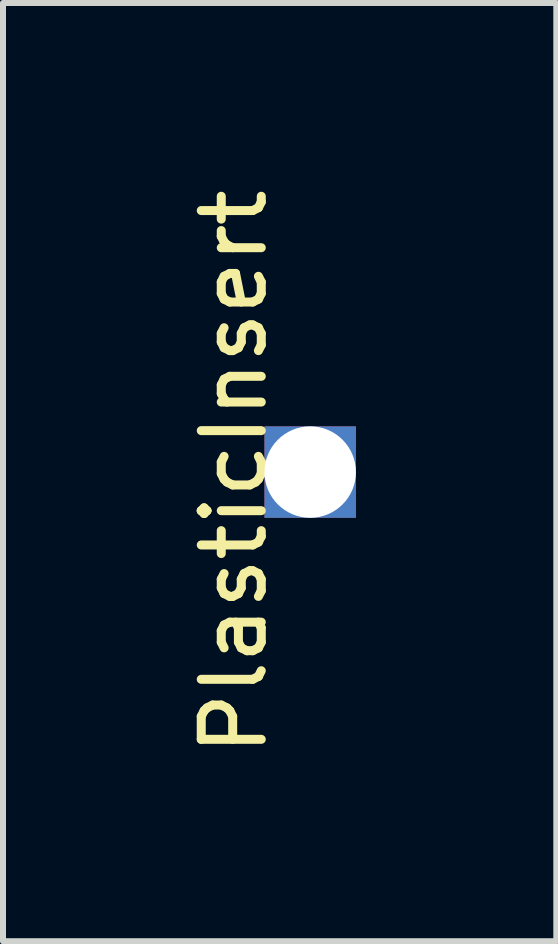
<source format=kicad_pcb>
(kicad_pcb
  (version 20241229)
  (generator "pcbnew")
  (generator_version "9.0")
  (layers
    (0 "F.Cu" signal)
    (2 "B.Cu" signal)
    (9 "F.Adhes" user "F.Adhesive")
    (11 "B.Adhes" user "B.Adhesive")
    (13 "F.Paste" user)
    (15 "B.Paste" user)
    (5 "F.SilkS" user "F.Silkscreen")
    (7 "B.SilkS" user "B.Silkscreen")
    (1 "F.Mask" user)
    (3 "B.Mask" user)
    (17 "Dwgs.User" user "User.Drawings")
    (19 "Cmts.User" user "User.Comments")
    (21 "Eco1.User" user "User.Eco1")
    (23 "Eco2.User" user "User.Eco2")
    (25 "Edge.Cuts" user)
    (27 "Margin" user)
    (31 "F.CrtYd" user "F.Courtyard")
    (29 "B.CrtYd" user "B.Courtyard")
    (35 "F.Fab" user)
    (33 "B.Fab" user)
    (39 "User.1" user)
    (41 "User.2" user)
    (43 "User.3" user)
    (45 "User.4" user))
  (footprint "PlasticInsert"
    (layer "F.Cu")
    (at 2.118 4.815)
    (property "Reference" "PlasticInsert" (at -1.27 0 90) (unlocked yes) (layer "F.SilkS") (effects (font (size 1 1) (thickness 0.15))))
    (pad "" np_thru_hole rect (at 0 0) (size 1.524 1.524) (drill oval 2.2 6.25) (layers "*.Cu" "*.Mask")))
  (gr_rect
    (start -3 -3)
    (end 6.218 12.631)
    (stroke (width 0.1) (type default))
    (fill no)
    (layer "Edge.Cuts")))
</source>
